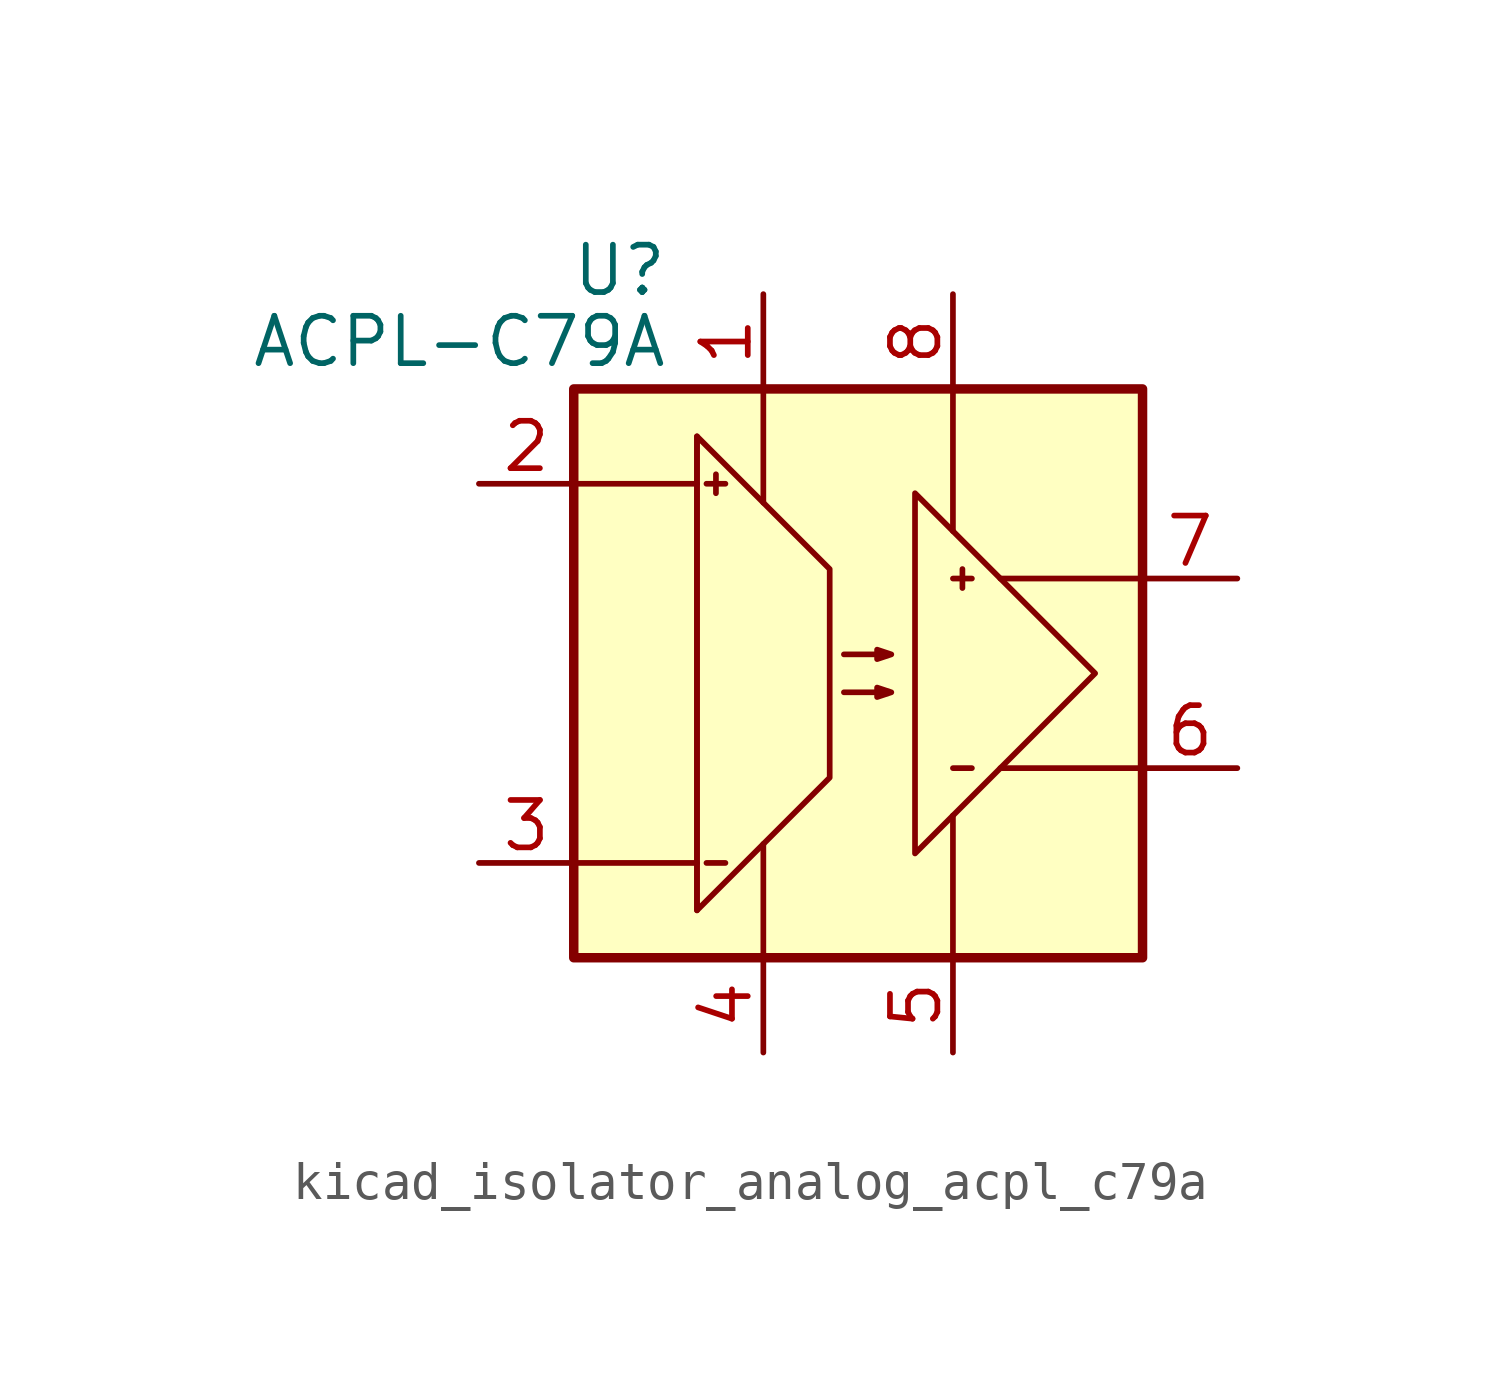
<source format=kicad_sym>
(kicad_symbol_lib
  (version 20220914)
  (generator kicad_symbol_editor)
  (symbol "kicad_isolator_analog_acpl_c79a"
    (pin_names
      (offset 0) hide)
    (property "Reference" "U"
      (at -5.08 10.795 0)
      (effects (font (size 1.27 1.27)) (justify right)))
    (property "Value" "ACPL-C79A"
      (at -5.08 8.89 0)
      (effects (font (size 1.27 1.27)) (justify right)))
    (symbol "kicad_isolator_analog_acpl_c79a_0_1"
      (rectangle (start -7.62 7.62) (end 7.62 -7.62) (stroke (width 0.254) (type default)) (fill (type background)))
      (polyline (pts (xy -7.62 -5.08) (xy -4.318 -5.08)) (stroke (width 0) (type default)) (fill (type none)))
      (polyline (pts (xy -7.62 5.08) (xy -4.318 5.08)) (stroke (width 0) (type default)) (fill (type none)))
      (polyline (pts (xy -4.318 6.35) (xy -4.318 -6.35)) (stroke (width 0) (type default)) (fill (type none)))
      (polyline (pts (xy -4.064 -5.08) (xy -3.556 -5.08)) (stroke (width 0) (type default)) (fill (type none)))
      (polyline (pts (xy -4.064 5.08) (xy -3.556 5.08)) (stroke (width 0) (type default)) (fill (type none)))
      (polyline (pts (xy -3.81 5.334) (xy -3.81 4.826)) (stroke (width 0) (type default)) (fill (type none)))
      (polyline (pts (xy -2.54 -7.62) (xy -2.54 -4.572)) (stroke (width 0) (type default)) (fill (type none)))
      (polyline (pts (xy -2.54 7.62) (xy -2.54 4.572)) (stroke (width 0) (type default)) (fill (type none)))
      (polyline (pts (xy 2.54 -7.62) (xy 2.54 -3.81)) (stroke (width 0) (type default)) (fill (type none)))
      (polyline (pts (xy 2.54 7.62) (xy 2.54 3.81)) (stroke (width 0) (type default)) (fill (type none)))
      (polyline (pts (xy 2.794 2.794) (xy 2.794 2.286)) (stroke (width 0) (type default)) (fill (type none)))
      (polyline (pts (xy 3.048 -2.54) (xy 2.54 -2.54)) (stroke (width 0) (type default)) (fill (type none)))
      (polyline (pts (xy 3.048 2.54) (xy 2.54 2.54)) (stroke (width 0) (type default)) (fill (type none)))
      (polyline (pts (xy 7.62 -2.54) (xy 3.81 -2.54)) (stroke (width 0) (type default)) (fill (type none)))
      (polyline (pts (xy 7.62 2.54) (xy 3.81 2.54)) (stroke (width 0) (type default)) (fill (type none)))
      (polyline (pts (xy 6.35 0) (xy 1.524 -4.826) (xy 1.524 4.826) (xy 6.35 0)) (stroke (width 0) (type default)) (fill (type none)))
      (polyline (pts (xy -4.318 -6.35) (xy -0.762 -2.794) (xy -0.762 2.794) (xy -4.318 6.35) (xy -4.318 -6.35)) (stroke (width 0) (type default)) (fill (type none)))
      (polyline (pts (xy -0.381 -0.508) (xy 0.889 -0.508) (xy 0.508 -0.635) (xy 0.508 -0.381) (xy 0.889 -0.508)) (stroke (width 0) (type default)) (fill (type none)))
      (polyline (pts (xy -0.381 0.508) (xy 0.889 0.508) (xy 0.508 0.381) (xy 0.508 0.635) (xy 0.889 0.508)) (stroke (width 0) (type default)) (fill (type none))))
    (symbol "kicad_isolator_analog_acpl_c79a_1_1"
      (pin power_in line (at -2.54 10.16 270) (length 2.54) (name "VDD1" (effects (font (size 1.27 1.27)))) (number "1" (effects (font (size 1.27 1.27)))))
      (pin input line (at -10.16 5.08 0) (length 2.54) (name "IN+" (effects (font (size 1.27 1.27)))) (number "2" (effects (font (size 1.27 1.27)))))
      (pin input line (at -10.16 -5.08 0) (length 2.54) (name "IN-" (effects (font (size 1.27 1.27)))) (number "3" (effects (font (size 1.27 1.27)))))
      (pin power_in line (at -2.54 -10.16 90) (length 2.54) (name "GND1" (effects (font (size 1.27 1.27)))) (number "4" (effects (font (size 1.27 1.27)))))
      (pin power_in line (at 2.54 -10.16 90) (length 2.54) (name "GND2" (effects (font (size 1.27 1.27)))) (number "5" (effects (font (size 1.27 1.27)))))
      (pin output line (at 10.16 -2.54 180) (length 2.54) (name "OUT-" (effects (font (size 1.27 1.27)))) (number "6" (effects (font (size 1.27 1.27)))))
      (pin output line (at 10.16 2.54 180) (length 2.54) (name "OUT+" (effects (font (size 1.27 1.27)))) (number "7" (effects (font (size 1.27 1.27)))))
      (pin power_in line (at 2.54 10.16 270) (length 2.54) (name "VDD2" (effects (font (size 1.27 1.27)))) (number "8" (effects (font (size 1.27 1.27))))))))
</source>
